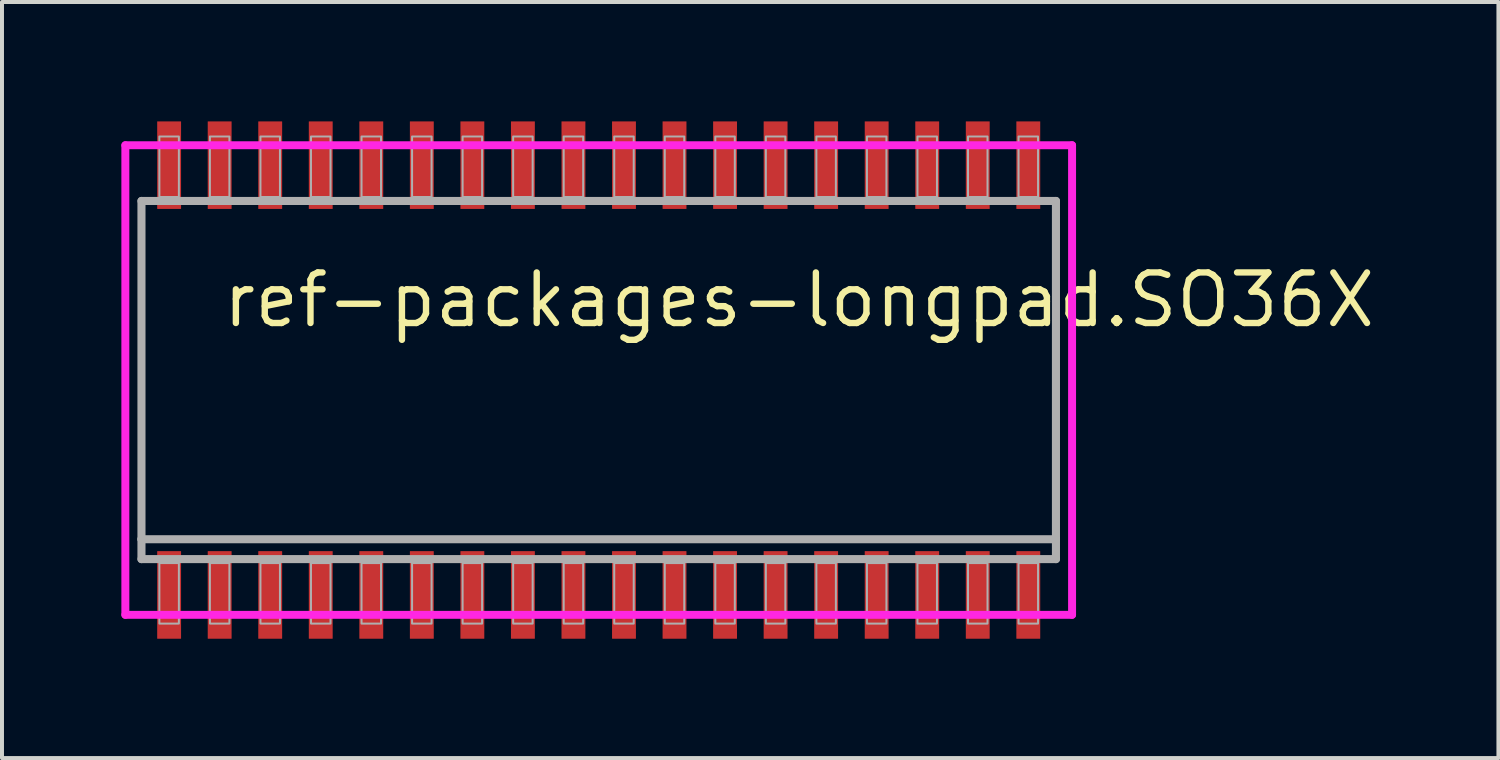
<source format=kicad_pcb>
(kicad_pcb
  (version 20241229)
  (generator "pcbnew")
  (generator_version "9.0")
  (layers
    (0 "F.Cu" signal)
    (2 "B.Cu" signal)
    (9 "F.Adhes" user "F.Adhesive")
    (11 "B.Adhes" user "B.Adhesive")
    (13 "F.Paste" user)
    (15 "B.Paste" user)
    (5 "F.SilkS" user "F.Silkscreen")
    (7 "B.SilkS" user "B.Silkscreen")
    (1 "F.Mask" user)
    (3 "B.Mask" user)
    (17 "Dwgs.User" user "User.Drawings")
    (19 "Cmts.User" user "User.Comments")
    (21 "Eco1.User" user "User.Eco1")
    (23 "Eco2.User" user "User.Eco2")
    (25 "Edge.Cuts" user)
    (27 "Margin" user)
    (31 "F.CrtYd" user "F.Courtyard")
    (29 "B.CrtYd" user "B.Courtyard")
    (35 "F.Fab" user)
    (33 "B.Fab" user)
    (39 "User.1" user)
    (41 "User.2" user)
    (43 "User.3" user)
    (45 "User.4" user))
  (footprint "ref-packages-longpad.SO36X"
    (layer "F.Cu")
    (at 11.995 6.5)
    (property "Reference" "ref-packages-longpad.SO36X" (at -9.525 -1.27 0) (layer "F.SilkS") (effects (font (size 1.27 1.27) (thickness 0.16)) (justify left bottom)))
    (attr smd)
    (fp_line (start -11.895 -5.9) (end 11.895 -5.9) (stroke (width 0.2) (type default)) (layer "F.CrtYd"))
    (fp_line (start -11.895 5.9) (end -11.895 -5.9) (stroke (width 0.2) (type default)) (layer "F.CrtYd"))
    (fp_line (start 11.895 -5.9) (end 11.895 5.9) (stroke (width 0.2) (type default)) (layer "F.CrtYd"))
    (fp_line (start 11.895 5.9) (end -11.895 5.9) (stroke (width 0.2) (type default)) (layer "F.CrtYd"))
    (fp_line (start -11.49 -4.5) (end 11.49 -4.5) (stroke (width 0.203) (type default)) (layer "F.Fab"))
    (fp_line (start -11.49 4) (end -11.49 -4.5) (stroke (width 0.203) (type default)) (layer "F.Fab"))
    (fp_line (start -11.49 4.5) (end -11.49 4) (stroke (width 0.203) (type default)) (layer "F.Fab"))
    (fp_line (start 11.49 -4.5) (end 11.49 4) (stroke (width 0.203) (type default)) (layer "F.Fab"))
    (fp_line (start 11.49 4) (end -11.49 4) (stroke (width 0.203) (type default)) (layer "F.Fab"))
    (fp_line (start 11.49 4) (end 11.49 4.5) (stroke (width 0.203) (type default)) (layer "F.Fab"))
    (fp_line (start 11.49 4.5) (end -11.49 4.5) (stroke (width 0.203) (type default)) (layer "F.Fab"))
    (fp_rect (start -11.04 -4.6) (end -10.55 -6.12) (stroke (width 0.05) (type default)) (fill no) (layer "F.Fab"))
    (fp_rect (start -11.04 6.12) (end -10.55 4.6) (stroke (width 0.05) (type default)) (fill no) (layer "F.Fab"))
    (fp_rect (start -9.77 -4.6) (end -9.28 -6.12) (stroke (width 0.05) (type default)) (fill no) (layer "F.Fab"))
    (fp_rect (start -9.77 6.12) (end -9.28 4.6) (stroke (width 0.05) (type default)) (fill no) (layer "F.Fab"))
    (fp_rect (start -8.5 -4.6) (end -8.01 -6.12) (stroke (width 0.05) (type default)) (fill no) (layer "F.Fab"))
    (fp_rect (start -8.5 6.12) (end -8.01 4.6) (stroke (width 0.05) (type default)) (fill no) (layer "F.Fab"))
    (fp_rect (start -7.23 -4.6) (end -6.74 -6.12) (stroke (width 0.05) (type default)) (fill no) (layer "F.Fab"))
    (fp_rect (start -7.23 6.12) (end -6.74 4.6) (stroke (width 0.05) (type default)) (fill no) (layer "F.Fab"))
    (fp_rect (start -5.96 -4.6) (end -5.47 -6.12) (stroke (width 0.05) (type default)) (fill no) (layer "F.Fab"))
    (fp_rect (start -5.96 6.12) (end -5.47 4.6) (stroke (width 0.05) (type default)) (fill no) (layer "F.Fab"))
    (fp_rect (start -4.69 -4.6) (end -4.2 -6.12) (stroke (width 0.05) (type default)) (fill no) (layer "F.Fab"))
    (fp_rect (start -4.69 6.12) (end -4.2 4.6) (stroke (width 0.05) (type default)) (fill no) (layer "F.Fab"))
    (fp_rect (start -3.42 -4.6) (end -2.93 -6.12) (stroke (width 0.05) (type default)) (fill no) (layer "F.Fab"))
    (fp_rect (start -3.42 6.12) (end -2.93 4.6) (stroke (width 0.05) (type default)) (fill no) (layer "F.Fab"))
    (fp_rect (start -2.15 -4.6) (end -1.66 -6.12) (stroke (width 0.05) (type default)) (fill no) (layer "F.Fab"))
    (fp_rect (start -2.15 6.12) (end -1.66 4.6) (stroke (width 0.05) (type default)) (fill no) (layer "F.Fab"))
    (fp_rect (start -0.88 -4.6) (end -0.39 -6.12) (stroke (width 0.05) (type default)) (fill no) (layer "F.Fab"))
    (fp_rect (start -0.88 6.12) (end -0.39 4.6) (stroke (width 0.05) (type default)) (fill no) (layer "F.Fab"))
    (fp_rect (start 0.39 -4.6) (end 0.88 -6.12) (stroke (width 0.05) (type default)) (fill no) (layer "F.Fab"))
    (fp_rect (start 0.39 6.12) (end 0.88 4.6) (stroke (width 0.05) (type default)) (fill no) (layer "F.Fab"))
    (fp_rect (start 1.66 -4.6) (end 2.15 -6.12) (stroke (width 0.05) (type default)) (fill no) (layer "F.Fab"))
    (fp_rect (start 1.66 6.12) (end 2.15 4.6) (stroke (width 0.05) (type default)) (fill no) (layer "F.Fab"))
    (fp_rect (start 2.93 -4.6) (end 3.42 -6.12) (stroke (width 0.05) (type default)) (fill no) (layer "F.Fab"))
    (fp_rect (start 2.93 6.12) (end 3.42 4.6) (stroke (width 0.05) (type default)) (fill no) (layer "F.Fab"))
    (fp_rect (start 4.2 -4.6) (end 4.69 -6.12) (stroke (width 0.05) (type default)) (fill no) (layer "F.Fab"))
    (fp_rect (start 4.2 6.12) (end 4.69 4.6) (stroke (width 0.05) (type default)) (fill no) (layer "F.Fab"))
    (fp_rect (start 5.47 -4.6) (end 5.96 -6.12) (stroke (width 0.05) (type default)) (fill no) (layer "F.Fab"))
    (fp_rect (start 5.47 6.12) (end 5.96 4.6) (stroke (width 0.05) (type default)) (fill no) (layer "F.Fab"))
    (fp_rect (start 6.74 -4.6) (end 7.23 -6.12) (stroke (width 0.05) (type default)) (fill no) (layer "F.Fab"))
    (fp_rect (start 6.74 6.12) (end 7.23 4.6) (stroke (width 0.05) (type default)) (fill no) (layer "F.Fab"))
    (fp_rect (start 8.01 -4.6) (end 8.5 -6.12) (stroke (width 0.05) (type default)) (fill no) (layer "F.Fab"))
    (fp_rect (start 8.01 6.12) (end 8.5 4.6) (stroke (width 0.05) (type default)) (fill no) (layer "F.Fab"))
    (fp_rect (start 9.28 -4.6) (end 9.77 -6.12) (stroke (width 0.05) (type default)) (fill no) (layer "F.Fab"))
    (fp_rect (start 9.28 6.12) (end 9.77 4.6) (stroke (width 0.05) (type default)) (fill no) (layer "F.Fab"))
    (fp_rect (start 10.55 -4.6) (end 11.04 -6.12) (stroke (width 0.05) (type default)) (fill no) (layer "F.Fab"))
    (fp_rect (start 10.55 6.12) (end 11.04 4.6) (stroke (width 0.05) (type default)) (fill no) (layer "F.Fab"))
    (pad "1" smd roundrect (at -10.795 5.4) (size 0.6 2.2) (layers "F.Cu" "F.Mask" "F.Paste") (roundrect_rratio 0.01))
    (pad "2" smd roundrect (at -9.525 5.4) (size 0.6 2.2) (layers "F.Cu" "F.Mask" "F.Paste") (roundrect_rratio 0.01))
    (pad "3" smd roundrect (at -8.255 5.4) (size 0.6 2.2) (layers "F.Cu" "F.Mask" "F.Paste") (roundrect_rratio 0.01))
    (pad "4" smd roundrect (at -6.985 5.4) (size 0.6 2.2) (layers "F.Cu" "F.Mask" "F.Paste") (roundrect_rratio 0.01))
    (pad "5" smd roundrect (at -5.715 5.4) (size 0.6 2.2) (layers "F.Cu" "F.Mask" "F.Paste") (roundrect_rratio 0.01))
    (pad "6" smd roundrect (at -4.445 5.4) (size 0.6 2.2) (layers "F.Cu" "F.Mask" "F.Paste") (roundrect_rratio 0.01))
    (pad "7" smd roundrect (at -3.175 5.4) (size 0.6 2.2) (layers "F.Cu" "F.Mask" "F.Paste") (roundrect_rratio 0.01))
    (pad "8" smd roundrect (at -1.905 5.4) (size 0.6 2.2) (layers "F.Cu" "F.Mask" "F.Paste") (roundrect_rratio 0.01))
    (pad "9" smd roundrect (at -0.635 5.4) (size 0.6 2.2) (layers "F.Cu" "F.Mask" "F.Paste") (roundrect_rratio 0.01))
    (pad "10" smd roundrect (at 0.635 5.4) (size 0.6 2.2) (layers "F.Cu" "F.Mask" "F.Paste") (roundrect_rratio 0.01))
    (pad "11" smd roundrect (at 1.905 5.4) (size 0.6 2.2) (layers "F.Cu" "F.Mask" "F.Paste") (roundrect_rratio 0.01))
    (pad "12" smd roundrect (at 3.175 5.4) (size 0.6 2.2) (layers "F.Cu" "F.Mask" "F.Paste") (roundrect_rratio 0.01))
    (pad "13" smd roundrect (at 4.445 5.4) (size 0.6 2.2) (layers "F.Cu" "F.Mask" "F.Paste") (roundrect_rratio 0.01))
    (pad "14" smd roundrect (at 5.715 5.4) (size 0.6 2.2) (layers "F.Cu" "F.Mask" "F.Paste") (roundrect_rratio 0.01))
    (pad "15" smd roundrect (at 6.985 5.4) (size 0.6 2.2) (layers "F.Cu" "F.Mask" "F.Paste") (roundrect_rratio 0.01))
    (pad "16" smd roundrect (at 8.255 5.4) (size 0.6 2.2) (layers "F.Cu" "F.Mask" "F.Paste") (roundrect_rratio 0.01))
    (pad "17" smd roundrect (at 9.525 5.4) (size 0.6 2.2) (layers "F.Cu" "F.Mask" "F.Paste") (roundrect_rratio 0.01))
    (pad "18" smd roundrect (at 10.795 5.4) (size 0.6 2.2) (layers "F.Cu" "F.Mask" "F.Paste") (roundrect_rratio 0.01))
    (pad "19" smd roundrect (at 10.795 -5.4) (size 0.6 2.2) (layers "F.Cu" "F.Mask" "F.Paste") (roundrect_rratio 0.01))
    (pad "20" smd roundrect (at 9.525 -5.4) (size 0.6 2.2) (layers "F.Cu" "F.Mask" "F.Paste") (roundrect_rratio 0.01))
    (pad "21" smd roundrect (at 8.255 -5.4) (size 0.6 2.2) (layers "F.Cu" "F.Mask" "F.Paste") (roundrect_rratio 0.01))
    (pad "22" smd roundrect (at 6.985 -5.4) (size 0.6 2.2) (layers "F.Cu" "F.Mask" "F.Paste") (roundrect_rratio 0.01))
    (pad "23" smd roundrect (at 5.715 -5.4) (size 0.6 2.2) (layers "F.Cu" "F.Mask" "F.Paste") (roundrect_rratio 0.01))
    (pad "24" smd roundrect (at 4.445 -5.4) (size 0.6 2.2) (layers "F.Cu" "F.Mask" "F.Paste") (roundrect_rratio 0.01))
    (pad "25" smd roundrect (at 3.175 -5.4) (size 0.6 2.2) (layers "F.Cu" "F.Mask" "F.Paste") (roundrect_rratio 0.01))
    (pad "26" smd roundrect (at 1.905 -5.4) (size 0.6 2.2) (layers "F.Cu" "F.Mask" "F.Paste") (roundrect_rratio 0.01))
    (pad "27" smd roundrect (at 0.635 -5.4) (size 0.6 2.2) (layers "F.Cu" "F.Mask" "F.Paste") (roundrect_rratio 0.01))
    (pad "28" smd roundrect (at -0.635 -5.4) (size 0.6 2.2) (layers "F.Cu" "F.Mask" "F.Paste") (roundrect_rratio 0.01))
    (pad "29" smd roundrect (at -1.905 -5.4) (size 0.6 2.2) (layers "F.Cu" "F.Mask" "F.Paste") (roundrect_rratio 0.01))
    (pad "30" smd roundrect (at -3.175 -5.4) (size 0.6 2.2) (layers "F.Cu" "F.Mask" "F.Paste") (roundrect_rratio 0.01))
    (pad "31" smd roundrect (at -4.445 -5.4) (size 0.6 2.2) (layers "F.Cu" "F.Mask" "F.Paste") (roundrect_rratio 0.01))
    (pad "32" smd roundrect (at -5.715 -5.4) (size 0.6 2.2) (layers "F.Cu" "F.Mask" "F.Paste") (roundrect_rratio 0.01))
    (pad "33" smd roundrect (at -6.985 -5.4) (size 0.6 2.2) (layers "F.Cu" "F.Mask" "F.Paste") (roundrect_rratio 0.01))
    (pad "34" smd roundrect (at -8.255 -5.4) (size 0.6 2.2) (layers "F.Cu" "F.Mask" "F.Paste") (roundrect_rratio 0.01))
    (pad "35" smd roundrect (at -9.525 -5.4) (size 0.6 2.2) (layers "F.Cu" "F.Mask" "F.Paste") (roundrect_rratio 0.01))
    (pad "36" smd roundrect (at -10.795 -5.4) (size 0.6 2.2) (layers "F.Cu" "F.Mask" "F.Paste") (roundrect_rratio 0.01)))
  (gr_rect
    (start -3 -3)
    (end 34.604 16)
    (stroke (width 0.1) (type default))
    (fill no)
    (layer "Edge.Cuts")))
</source>
